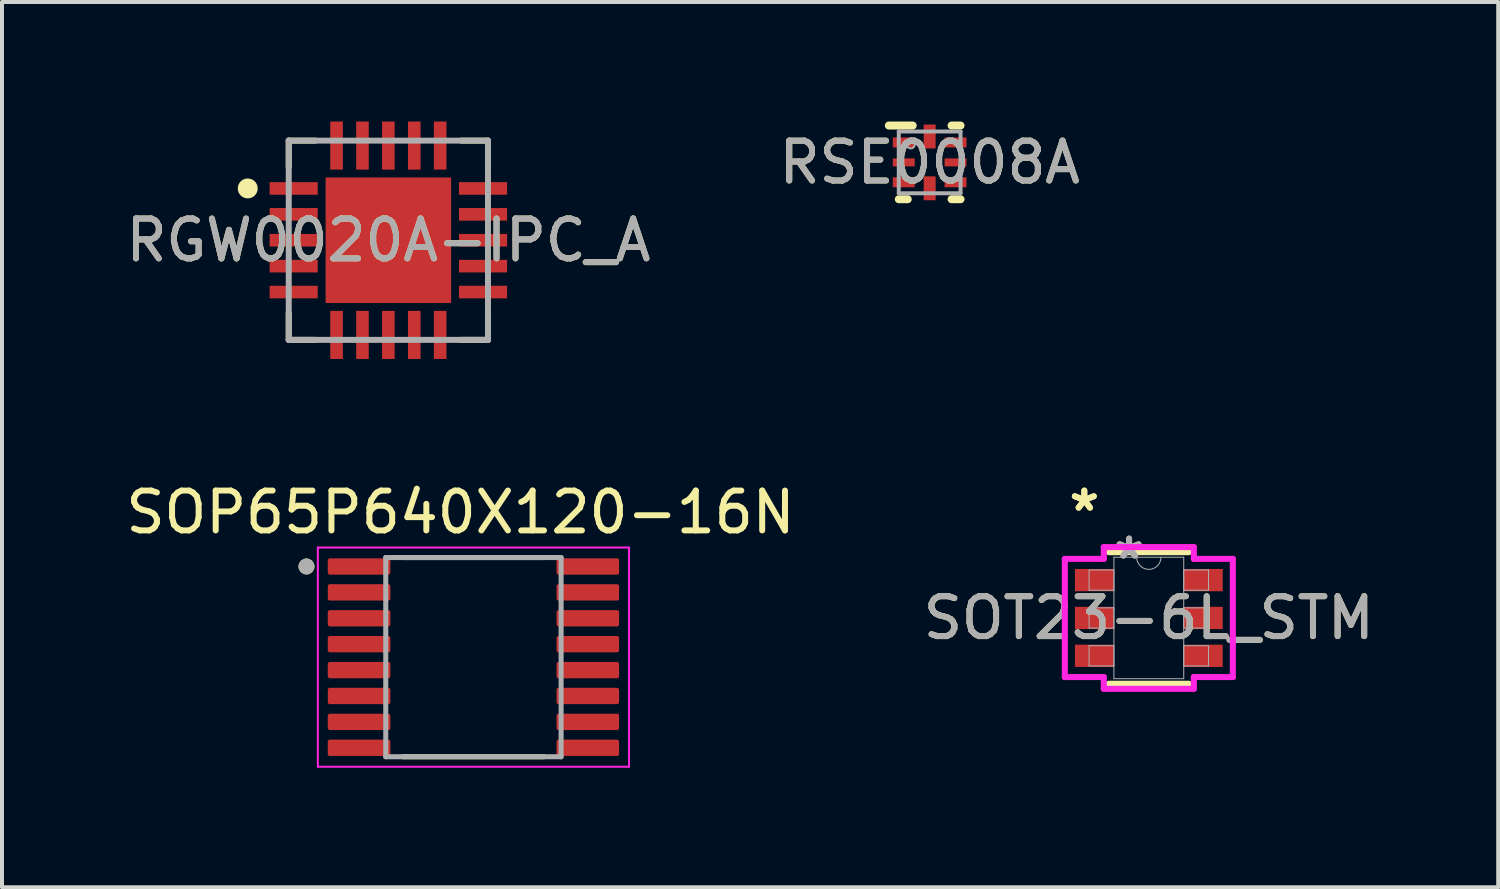
<source format=kicad_pcb>
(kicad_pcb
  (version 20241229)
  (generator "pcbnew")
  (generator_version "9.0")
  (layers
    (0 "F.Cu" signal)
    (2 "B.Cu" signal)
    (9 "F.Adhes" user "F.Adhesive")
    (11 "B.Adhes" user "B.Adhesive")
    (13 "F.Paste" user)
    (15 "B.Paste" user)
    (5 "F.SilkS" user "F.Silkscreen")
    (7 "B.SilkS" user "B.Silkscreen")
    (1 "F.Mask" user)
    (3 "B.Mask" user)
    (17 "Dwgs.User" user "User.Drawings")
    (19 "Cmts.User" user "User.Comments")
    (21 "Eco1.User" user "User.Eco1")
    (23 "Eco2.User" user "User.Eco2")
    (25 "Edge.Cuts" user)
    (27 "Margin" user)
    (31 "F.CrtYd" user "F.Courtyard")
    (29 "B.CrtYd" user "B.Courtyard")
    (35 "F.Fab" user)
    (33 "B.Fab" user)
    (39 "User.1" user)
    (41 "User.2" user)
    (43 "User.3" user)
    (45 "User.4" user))
  (footprint "RGW0020A-IPC_A"
    (layer "F.Cu")
    (at 6.696 2.979)
    (property "Reference" "RGW0020A-IPC_A" (at 0 0 0) (unlocked yes) (layer "F.SilkS") (effects (font (size 1 1) (thickness 0.15))))
    (attr smd)
    (fp_line (start -2.5 -2.5) (end -1.833 -2.5) (stroke (width 0.15) (type solid)) (layer "F.SilkS"))
    (fp_line (start -2.5 -1.833) (end -2.5 -2.5) (stroke (width 0.15) (type solid)) (layer "F.SilkS"))
    (fp_line (start -2.5 2.5) (end -2.5 1.833) (stroke (width 0.15) (type solid)) (layer "F.SilkS"))
    (fp_line (start -2.5 2.5) (end -1.833 2.5) (stroke (width 0.15) (type solid)) (layer "F.SilkS"))
    (fp_line (start 1.833 -2.5) (end 2.5 -2.5) (stroke (width 0.15) (type solid)) (layer "F.SilkS"))
    (fp_line (start 1.833 2.5) (end 2.5 2.5) (stroke (width 0.15) (type solid)) (layer "F.SilkS"))
    (fp_line (start 2.5 -1.833) (end 2.5 -2.5) (stroke (width 0.15) (type solid)) (layer "F.SilkS"))
    (fp_line (start 2.5 2.5) (end 2.5 1.833) (stroke (width 0.15) (type solid)) (layer "F.SilkS"))
    (fp_circle (center -3.529 -1.3) (end -3.404 -1.3) (stroke (width 0.25) (type solid)) (fill no) (layer "F.SilkS"))
    (fp_poly (pts (xy -0.996 0.996) (xy 0.996 0.996) (xy 0.996 -0.996) (xy -0.996 -0.996)) (stroke (width 0) (type solid)) (fill yes) (layer "F.Paste"))
    (fp_line (start -2.5 -2.5) (end 2.5 -2.5) (stroke (width 0.15) (type solid)) (layer "F.Fab"))
    (fp_line (start -2.5 2.5) (end -2.5 -2.5) (stroke (width 0.15) (type solid)) (layer "F.Fab"))
    (fp_line (start -2.5 2.5) (end 2.5 2.5) (stroke (width 0.15) (type solid)) (layer "F.Fab"))
    (fp_line (start 2.5 2.5) (end 2.5 -2.5) (stroke (width 0.15) (type solid)) (layer "F.Fab"))
    (fp_text user "${REFERENCE}" (at 0 0 0) (unlocked yes) (layer "F.Fab") (effects (font (size 1 1) (thickness 0.15))))
    (pad "1" smd rect (at -2.376 -1.3 90) (size 0.316 1.207) (layers "F.Cu" "F.Mask" "F.Paste"))
    (pad "2" smd rect (at -2.376 -0.65 90) (size 0.316 1.207) (layers "F.Cu" "F.Mask" "F.Paste"))
    (pad "3" smd rect (at -2.376 0 90) (size 0.316 1.207) (layers "F.Cu" "F.Mask" "F.Paste"))
    (pad "4" smd rect (at -2.376 0.65 90) (size 0.316 1.207) (layers "F.Cu" "F.Mask" "F.Paste"))
    (pad "5" smd rect (at -2.376 1.3 90) (size 0.316 1.207) (layers "F.Cu" "F.Mask" "F.Paste"))
    (pad "6" smd rect (at -1.3 2.376) (size 0.316 1.207) (layers "F.Cu" "F.Mask" "F.Paste"))
    (pad "7" smd rect (at -0.65 2.376) (size 0.316 1.207) (layers "F.Cu" "F.Mask" "F.Paste"))
    (pad "8" smd rect (at 0 2.376) (size 0.316 1.207) (layers "F.Cu" "F.Mask" "F.Paste"))
    (pad "9" smd rect (at 0.65 2.376) (size 0.316 1.207) (layers "F.Cu" "F.Mask" "F.Paste"))
    (pad "10" smd rect (at 1.3 2.376) (size 0.316 1.207) (layers "F.Cu" "F.Mask" "F.Paste"))
    (pad "11" smd rect (at 2.376 1.3 90) (size 0.316 1.207) (layers "F.Cu" "F.Mask" "F.Paste"))
    (pad "12" smd rect (at 2.376 0.65 90) (size 0.316 1.207) (layers "F.Cu" "F.Mask" "F.Paste"))
    (pad "13" smd rect (at 2.376 0 90) (size 0.316 1.207) (layers "F.Cu" "F.Mask" "F.Paste"))
    (pad "14" smd rect (at 2.376 -0.65 90) (size 0.316 1.207) (layers "F.Cu" "F.Mask" "F.Paste"))
    (pad "15" smd rect (at 2.376 -1.3 90) (size 0.316 1.207) (layers "F.Cu" "F.Mask" "F.Paste"))
    (pad "16" smd rect (at 1.3 -2.376) (size 0.316 1.207) (layers "F.Cu" "F.Mask" "F.Paste"))
    (pad "17" smd rect (at 0.65 -2.376) (size 0.316 1.207) (layers "F.Cu" "F.Mask" "F.Paste"))
    (pad "18" smd rect (at 0 -2.376) (size 0.316 1.207) (layers "F.Cu" "F.Mask" "F.Paste"))
    (pad "19" smd rect (at -0.65 -2.376) (size 0.316 1.207) (layers "F.Cu" "F.Mask" "F.Paste"))
    (pad "20" smd rect (at -1.3 -2.376) (size 0.316 1.207) (layers "F.Cu" "F.Mask" "F.Paste"))
    (pad "21" smd rect (at 0 0) (size 3.15 3.15) (layers "F.Cu" "F.Mask")))
  (footprint "SOT23-6L_STM"
    (layer "F.Cu")
    (at 25.78 12.458)
    (property "Reference" "SOT23-6L_STM" (at 0 0 0) (unlocked yes) (layer "F.SilkS") (effects (font (size 1 1) (thickness 0.15))))
    (attr smd)
    (fp_line (start -1.003 1.651) (end 1.003 1.651) (stroke (width 0.152) (type solid)) (layer "F.SilkS"))
    (fp_line (start 1.003 -1.651) (end -1.003 -1.651) (stroke (width 0.152) (type solid)) (layer "F.SilkS"))
    (fp_line (start -2.108 -1.483) (end -1.13 -1.483) (stroke (width 0.152) (type solid)) (layer "F.CrtYd"))
    (fp_line (start -2.108 1.483) (end -2.108 -1.483) (stroke (width 0.152) (type solid)) (layer "F.CrtYd"))
    (fp_line (start -2.108 1.483) (end -1.13 1.483) (stroke (width 0.152) (type solid)) (layer "F.CrtYd"))
    (fp_line (start -1.13 -1.778) (end 1.13 -1.778) (stroke (width 0.152) (type solid)) (layer "F.CrtYd"))
    (fp_line (start -1.13 -1.483) (end -1.13 -1.778) (stroke (width 0.152) (type solid)) (layer "F.CrtYd"))
    (fp_line (start -1.13 1.778) (end -1.13 1.483) (stroke (width 0.152) (type solid)) (layer "F.CrtYd"))
    (fp_line (start 1.13 -1.778) (end 1.13 -1.483) (stroke (width 0.152) (type solid)) (layer "F.CrtYd"))
    (fp_line (start 1.13 1.483) (end 1.13 1.778) (stroke (width 0.152) (type solid)) (layer "F.CrtYd"))
    (fp_line (start 1.13 1.778) (end -1.13 1.778) (stroke (width 0.152) (type solid)) (layer "F.CrtYd"))
    (fp_line (start 2.108 -1.483) (end 1.13 -1.483) (stroke (width 0.152) (type solid)) (layer "F.CrtYd"))
    (fp_line (start 2.108 -1.483) (end 2.108 1.483) (stroke (width 0.152) (type solid)) (layer "F.CrtYd"))
    (fp_line (start 2.108 1.483) (end 1.13 1.483) (stroke (width 0.152) (type solid)) (layer "F.CrtYd"))
    (fp_line (start -1.499 -1.204) (end -1.499 -0.696) (stroke (width 0.025) (type solid)) (layer "F.Fab"))
    (fp_line (start -1.499 -0.696) (end -0.876 -0.696) (stroke (width 0.025) (type solid)) (layer "F.Fab"))
    (fp_line (start -1.499 -0.254) (end -1.499 0.254) (stroke (width 0.025) (type solid)) (layer "F.Fab"))
    (fp_line (start -1.499 0.254) (end -0.876 0.254) (stroke (width 0.025) (type solid)) (layer "F.Fab"))
    (fp_line (start -1.499 0.696) (end -1.499 1.204) (stroke (width 0.025) (type solid)) (layer "F.Fab"))
    (fp_line (start -1.499 1.204) (end -0.876 1.204) (stroke (width 0.025) (type solid)) (layer "F.Fab"))
    (fp_line (start -0.876 -1.524) (end -0.876 1.524) (stroke (width 0.025) (type solid)) (layer "F.Fab"))
    (fp_line (start -0.876 -1.204) (end -1.499 -1.204) (stroke (width 0.025) (type solid)) (layer "F.Fab"))
    (fp_line (start -0.876 -0.696) (end -0.876 -1.204) (stroke (width 0.025) (type solid)) (layer "F.Fab"))
    (fp_line (start -0.876 -0.254) (end -1.499 -0.254) (stroke (width 0.025) (type solid)) (layer "F.Fab"))
    (fp_line (start -0.876 0.254) (end -0.876 -0.254) (stroke (width 0.025) (type solid)) (layer "F.Fab"))
    (fp_line (start -0.876 0.696) (end -1.499 0.696) (stroke (width 0.025) (type solid)) (layer "F.Fab"))
    (fp_line (start -0.876 1.204) (end -0.876 0.696) (stroke (width 0.025) (type solid)) (layer "F.Fab"))
    (fp_line (start -0.876 1.524) (end 0.876 1.524) (stroke (width 0.025) (type solid)) (layer "F.Fab"))
    (fp_line (start 0.876 -1.524) (end -0.876 -1.524) (stroke (width 0.025) (type solid)) (layer "F.Fab"))
    (fp_line (start 0.876 -1.204) (end 0.876 -0.696) (stroke (width 0.025) (type solid)) (layer "F.Fab"))
    (fp_line (start 0.876 -0.696) (end 1.499 -0.696) (stroke (width 0.025) (type solid)) (layer "F.Fab"))
    (fp_line (start 0.876 -0.254) (end 0.876 0.254) (stroke (width 0.025) (type solid)) (layer "F.Fab"))
    (fp_line (start 0.876 0.254) (end 1.499 0.254) (stroke (width 0.025) (type solid)) (layer "F.Fab"))
    (fp_line (start 0.876 0.696) (end 0.876 1.204) (stroke (width 0.025) (type solid)) (layer "F.Fab"))
    (fp_line (start 0.876 1.204) (end 1.499 1.204) (stroke (width 0.025) (type solid)) (layer "F.Fab"))
    (fp_line (start 0.876 1.524) (end 0.876 -1.524) (stroke (width 0.025) (type solid)) (layer "F.Fab"))
    (fp_line (start 1.499 -1.204) (end 0.876 -1.204) (stroke (width 0.025) (type solid)) (layer "F.Fab"))
    (fp_line (start 1.499 -0.696) (end 1.499 -1.204) (stroke (width 0.025) (type solid)) (layer "F.Fab"))
    (fp_line (start 1.499 -0.254) (end 0.876 -0.254) (stroke (width 0.025) (type solid)) (layer "F.Fab"))
    (fp_line (start 1.499 0.254) (end 1.499 -0.254) (stroke (width 0.025) (type solid)) (layer "F.Fab"))
    (fp_line (start 1.499 0.696) (end 0.876 0.696) (stroke (width 0.025) (type solid)) (layer "F.Fab"))
    (fp_line (start 1.499 1.204) (end 1.499 0.696) (stroke (width 0.025) (type solid)) (layer "F.Fab"))
    (fp_arc (start 0.3048 -1.524) (mid 0 -1.2192) (end -0.3048 -1.524) (stroke (width 0.0254) (type solid)) (layer "F.Fab"))
    (fp_text user "*" (at -1.619 -2.652 0) (unlocked yes) (layer "F.SilkS") (effects (font (size 1 1) (thickness 0.15))))
    (fp_text user "*" (at -1.619 -2.652 180) (layer "F.SilkS") (effects (font (size 1 1) (thickness 0.15))))
    (fp_text user "*" (at -0.495 -1.448 180) (layer "F.Fab") (effects (font (size 1 1) (thickness 0.15))))
    (fp_text user "*" (at -0.495 -1.448 0) (unlocked yes) (layer "F.Fab") (effects (font (size 1 1) (thickness 0.15))))
    (fp_text user "${REFERENCE}" (at 0 0 0) (unlocked yes) (layer "F.Fab") (effects (font (size 1 1) (thickness 0.15))))
    (pad "1" smd rect (at -1.365 -0.95) (size 0.978 0.559) (layers "F.Cu" "F.Mask" "F.Paste"))
    (pad "2" smd rect (at -1.365 0) (size 0.978 0.559) (layers "F.Cu" "F.Mask" "F.Paste"))
    (pad "3" smd rect (at -1.365 0.95) (size 0.978 0.559) (layers "F.Cu" "F.Mask" "F.Paste"))
    (pad "4" smd rect (at 1.365 0.95) (size 0.978 0.559) (layers "F.Cu" "F.Mask" "F.Paste"))
    (pad "5" smd rect (at 1.365 0) (size 0.978 0.559) (layers "F.Cu" "F.Mask" "F.Paste"))
    (pad "6" smd rect (at 1.365 -0.95) (size 0.978 0.559) (layers "F.Cu" "F.Mask" "F.Paste")))
  (footprint "RSE0008A"
    (layer "F.Cu")
    (at 20.28 1.025)
    (property "Reference" "RSE0008A" (at 0 0 0) (unlocked yes) (layer "F.SilkS") (effects (font (size 1 1) (thickness 0.15))))
    (attr smd)
    (fp_line (start -1.025 -0.925) (end -0.425 -0.925) (stroke (width 0.2) (type solid)) (layer "F.SilkS"))
    (fp_line (start -0.775 0.925) (end -0.55 0.925) (stroke (width 0.2) (type solid)) (layer "F.SilkS"))
    (fp_line (start 0.55 -0.925) (end 0.775 -0.925) (stroke (width 0.2) (type solid)) (layer "F.SilkS"))
    (fp_line (start 0.55 0.925) (end 0.775 0.925) (stroke (width 0.2) (type solid)) (layer "F.SilkS"))
    (fp_line (start -0.775 -0.775) (end 0.775 -0.775) (stroke (width 0.1) (type solid)) (layer "F.Fab"))
    (fp_line (start -0.775 0.775) (end -0.775 -0.775) (stroke (width 0.1) (type solid)) (layer "F.Fab"))
    (fp_line (start -0.775 0.775) (end 0.775 0.775) (stroke (width 0.1) (type solid)) (layer "F.Fab"))
    (fp_line (start 0.775 0.775) (end 0.775 -0.775) (stroke (width 0.1) (type solid)) (layer "F.Fab"))
    (fp_circle (center -0.475 -0.45) (end -0.375 -0.45) (stroke (width 0.05) (type solid)) (fill no) (layer "F.Fab"))
    (fp_text user "${REFERENCE}" (at 0 0 0) (unlocked yes) (layer "F.Fab") (effects (font (size 1 1) (thickness 0.15))))
    (pad "1" smd rect (at -0.65 -0.5 90) (size 0.25 0.55) (layers "F.Cu" "F.Mask" "F.Paste"))
    (pad "2" smd rect (at -0.65 0 90) (size 0.2 0.55) (layers "F.Cu" "F.Mask" "F.Paste"))
    (pad "3" smd rect (at -0.65 0.5 90) (size 0.25 0.55) (layers "F.Cu" "F.Mask" "F.Paste"))
    (pad "4" smd rect (at 0 0.65) (size 0.3 0.6) (layers "F.Cu" "F.Mask" "F.Paste"))
    (pad "5" smd rect (at 0.65 0.5 90) (size 0.25 0.55) (layers "F.Cu" "F.Mask" "F.Paste"))
    (pad "6" smd rect (at 0.65 0 90) (size 0.2 0.55) (layers "F.Cu" "F.Mask" "F.Paste"))
    (pad "7" smd rect (at 0.65 -0.5 90) (size 0.25 0.55) (layers "F.Cu" "F.Mask" "F.Paste"))
    (pad "8" smd rect (at 0 -0.65) (size 0.3 0.6) (layers "F.Cu" "F.Mask" "F.Paste")))
  (footprint "SOP65P640X120-16N"
    (layer "F.Cu")
    (at 8.831 13.441)
    (property "Reference" "SOP65P640X120-16N" (at -0.325 -3.635 0) (layer "F.SilkS") (effects (font (size 1 1) (thickness 0.15))))
    (attr smd)
    (fp_line (start -1.765 -2.5) (end 1.765 -2.5) (stroke (width 0.127) (type solid)) (layer "F.SilkS"))
    (fp_line (start 1.765 2.5) (end -1.765 2.5) (stroke (width 0.127) (type solid)) (layer "F.SilkS"))
    (fp_circle (center -4.19 -2.275) (end -4.09 -2.275) (stroke (width 0.2) (type solid)) (fill no) (layer "F.SilkS"))
    (fp_line (start -3.905 -2.75) (end -3.905 2.75) (stroke (width 0.05) (type solid)) (layer "F.CrtYd"))
    (fp_line (start -3.905 -2.75) (end 3.905 -2.75) (stroke (width 0.05) (type solid)) (layer "F.CrtYd"))
    (fp_line (start -3.905 2.75) (end 3.905 2.75) (stroke (width 0.05) (type solid)) (layer "F.CrtYd"))
    (fp_line (start 3.905 -2.75) (end 3.905 2.75) (stroke (width 0.05) (type solid)) (layer "F.CrtYd"))
    (fp_line (start -2.2 -2.5) (end -2.2 2.5) (stroke (width 0.127) (type solid)) (layer "F.Fab"))
    (fp_line (start -2.2 -2.5) (end 2.2 -2.5) (stroke (width 0.127) (type solid)) (layer "F.Fab"))
    (fp_line (start -2.2 2.5) (end 2.2 2.5) (stroke (width 0.127) (type solid)) (layer "F.Fab"))
    (fp_line (start 2.2 -2.5) (end 2.2 2.5) (stroke (width 0.127) (type solid)) (layer "F.Fab"))
    (fp_circle (center -4.19 -2.275) (end -4.09 -2.275) (stroke (width 0.2) (type solid)) (fill no) (layer "F.Fab"))
    (pad "1" smd roundrect (at -2.87 -2.275) (size 1.57 0.41) (layers "F.Cu" "F.Mask" "F.Paste") (roundrect_rratio 0.125))
    (pad "2" smd roundrect (at -2.87 -1.625) (size 1.57 0.41) (layers "F.Cu" "F.Mask" "F.Paste") (roundrect_rratio 0.125))
    (pad "3" smd roundrect (at -2.87 -0.975) (size 1.57 0.41) (layers "F.Cu" "F.Mask" "F.Paste") (roundrect_rratio 0.125))
    (pad "4" smd roundrect (at -2.87 -0.325) (size 1.57 0.41) (layers "F.Cu" "F.Mask" "F.Paste") (roundrect_rratio 0.125))
    (pad "5" smd roundrect (at -2.87 0.325) (size 1.57 0.41) (layers "F.Cu" "F.Mask" "F.Paste") (roundrect_rratio 0.125))
    (pad "6" smd roundrect (at -2.87 0.975) (size 1.57 0.41) (layers "F.Cu" "F.Mask" "F.Paste") (roundrect_rratio 0.125))
    (pad "7" smd roundrect (at -2.87 1.625) (size 1.57 0.41) (layers "F.Cu" "F.Mask" "F.Paste") (roundrect_rratio 0.125))
    (pad "8" smd roundrect (at -2.87 2.275) (size 1.57 0.41) (layers "F.Cu" "F.Mask" "F.Paste") (roundrect_rratio 0.125))
    (pad "9" smd roundrect (at 2.87 2.275) (size 1.57 0.41) (layers "F.Cu" "F.Mask" "F.Paste") (roundrect_rratio 0.125))
    (pad "10" smd roundrect (at 2.87 1.625) (size 1.57 0.41) (layers "F.Cu" "F.Mask" "F.Paste") (roundrect_rratio 0.125))
    (pad "11" smd roundrect (at 2.87 0.975) (size 1.57 0.41) (layers "F.Cu" "F.Mask" "F.Paste") (roundrect_rratio 0.125))
    (pad "12" smd roundrect (at 2.87 0.325) (size 1.57 0.41) (layers "F.Cu" "F.Mask" "F.Paste") (roundrect_rratio 0.125))
    (pad "13" smd roundrect (at 2.87 -0.325) (size 1.57 0.41) (layers "F.Cu" "F.Mask" "F.Paste") (roundrect_rratio 0.125))
    (pad "14" smd roundrect (at 2.87 -0.975) (size 1.57 0.41) (layers "F.Cu" "F.Mask" "F.Paste") (roundrect_rratio 0.125))
    (pad "15" smd roundrect (at 2.87 -1.625) (size 1.57 0.41) (layers "F.Cu" "F.Mask" "F.Paste") (roundrect_rratio 0.125))
    (pad "16" smd roundrect (at 2.87 -2.275) (size 1.57 0.41) (layers "F.Cu" "F.Mask" "F.Paste") (roundrect_rratio 0.125)))
  (gr_rect
    (start -3 -3)
    (end 34.548 19.216)
    (stroke (width 0.1) (type default))
    (fill no)
    (layer "Edge.Cuts")))
</source>
